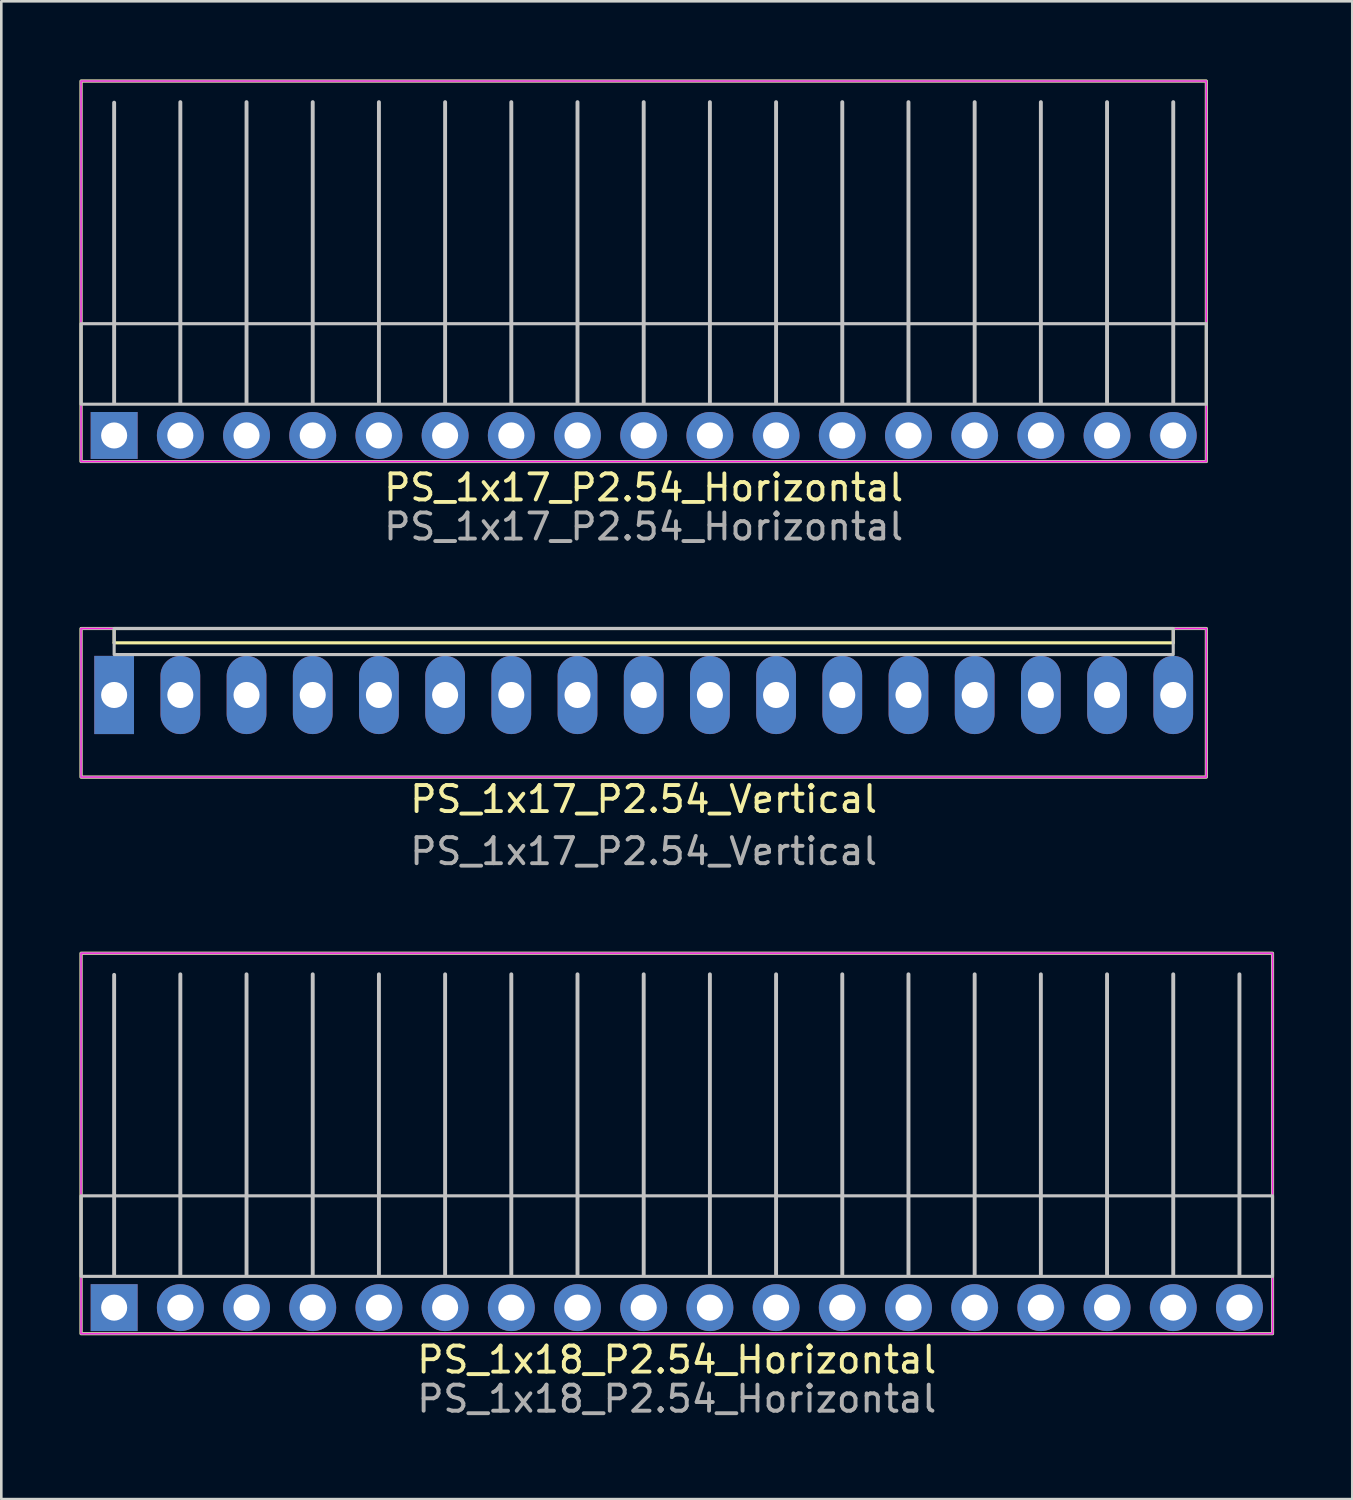
<source format=kicad_pcb>
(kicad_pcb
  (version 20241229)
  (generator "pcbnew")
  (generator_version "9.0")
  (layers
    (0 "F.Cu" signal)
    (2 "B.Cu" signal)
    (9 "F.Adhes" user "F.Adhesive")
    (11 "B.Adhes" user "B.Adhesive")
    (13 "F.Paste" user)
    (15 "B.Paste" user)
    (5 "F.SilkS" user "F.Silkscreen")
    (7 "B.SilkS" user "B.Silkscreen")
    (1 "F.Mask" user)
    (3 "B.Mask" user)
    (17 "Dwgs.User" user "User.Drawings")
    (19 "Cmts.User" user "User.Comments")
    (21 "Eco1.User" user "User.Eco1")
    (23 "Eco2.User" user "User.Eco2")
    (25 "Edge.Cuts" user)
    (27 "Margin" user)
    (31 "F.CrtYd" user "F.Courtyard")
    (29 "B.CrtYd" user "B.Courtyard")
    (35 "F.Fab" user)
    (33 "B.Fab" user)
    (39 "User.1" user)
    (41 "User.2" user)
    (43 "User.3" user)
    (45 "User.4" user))
  (footprint "PS_1x17_P2.54_Horizontal"
    (layer "F.Cu")
    (at 1.33 13.66)
    (property "Reference" "PS_1x17_P2.54_Horizontal" (at 20.32 2 0) (layer "F.SilkS") (effects (font (size 1 1) (thickness 0.15))))
    (attr through_hole)
    (fp_rect (start -1.27 -13.6) (end 41.91 1) (stroke (width 0.12) (type default)) (fill no) (layer "F.SilkS"))
    (fp_line (start 0 -1.27) (end 0 -12.77) (stroke (width 0.15) (type solid)) (layer "Dwgs.User"))
    (fp_line (start 2.54 -1.27) (end 2.54 -12.79) (stroke (width 0.15) (type solid)) (layer "Dwgs.User"))
    (fp_line (start 5.08 -1.27) (end 5.08 -12.79) (stroke (width 0.15) (type solid)) (layer "Dwgs.User"))
    (fp_line (start 7.62 -1.27) (end 7.62 -12.79) (stroke (width 0.15) (type solid)) (layer "Dwgs.User"))
    (fp_line (start 10.16 -1.27) (end 10.16 -12.79) (stroke (width 0.15) (type solid)) (layer "Dwgs.User"))
    (fp_line (start 12.7 -1.27) (end 12.7 -12.79) (stroke (width 0.15) (type solid)) (layer "Dwgs.User"))
    (fp_line (start 15.24 -1.27) (end 15.24 -12.79) (stroke (width 0.15) (type solid)) (layer "Dwgs.User"))
    (fp_line (start 17.78 -1.27) (end 17.78 -12.79) (stroke (width 0.15) (type solid)) (layer "Dwgs.User"))
    (fp_line (start 20.32 -1.27) (end 20.32 -12.79) (stroke (width 0.15) (type solid)) (layer "Dwgs.User"))
    (fp_line (start 22.86 -1.27) (end 22.86 -12.79) (stroke (width 0.15) (type solid)) (layer "Dwgs.User"))
    (fp_line (start 25.4 -1.27) (end 25.4 -12.79) (stroke (width 0.15) (type solid)) (layer "Dwgs.User"))
    (fp_line (start 27.94 -1.27) (end 27.94 -12.79) (stroke (width 0.15) (type solid)) (layer "Dwgs.User"))
    (fp_line (start 30.48 -1.27) (end 30.48 -12.79) (stroke (width 0.15) (type solid)) (layer "Dwgs.User"))
    (fp_line (start 33.02 -1.27) (end 33.02 -12.79) (stroke (width 0.15) (type solid)) (layer "Dwgs.User"))
    (fp_line (start 35.56 -1.27) (end 35.56 -12.79) (stroke (width 0.15) (type solid)) (layer "Dwgs.User"))
    (fp_line (start 38.1 -1.27) (end 38.1 -12.79) (stroke (width 0.15) (type solid)) (layer "Dwgs.User"))
    (fp_line (start 40.64 -1.27) (end 40.64 -12.79) (stroke (width 0.15) (type solid)) (layer "Dwgs.User"))
    (fp_rect (start -1.27 -4.29) (end 41.91 -1.2) (stroke (width 0.12) (type solid)) (fill no) (layer "Dwgs.User"))
    (fp_rect (start -1.27 -13.6) (end 41.91 1) (stroke (width 0.05) (type default)) (fill no) (layer "F.CrtYd"))
    (fp_rect (start -1.27 -13.6) (end 41.91 1) (stroke (width 0.1) (type default)) (fill no) (layer "F.Fab"))
    (fp_text user "${REFERENCE}" (at 20.32 3.5 0) (layer "F.Fab") (effects (font (size 1 1) (thickness 0.15))))
    (pad "1" thru_hole rect (at 0 0) (size 1.8 1.8) (drill 1) (layers "*.Cu" "*.Mask"))
    (pad "2" thru_hole circle (at 2.54 0) (size 1.8 1.8) (drill 1) (layers "*.Cu" "*.Mask"))
    (pad "3" thru_hole circle (at 5.08 0) (size 1.8 1.8) (drill 1) (layers "*.Cu" "*.Mask"))
    (pad "4" thru_hole circle (at 7.62 0) (size 1.8 1.8) (drill 1) (layers "*.Cu" "*.Mask"))
    (pad "5" thru_hole circle (at 10.16 0) (size 1.8 1.8) (drill 1) (layers "*.Cu" "*.Mask"))
    (pad "6" thru_hole circle (at 12.7 0) (size 1.8 1.8) (drill 1) (layers "*.Cu" "*.Mask"))
    (pad "7" thru_hole circle (at 15.24 0) (size 1.8 1.8) (drill 1) (layers "*.Cu" "*.Mask"))
    (pad "8" thru_hole circle (at 17.78 0) (size 1.8 1.8) (drill 1) (layers "*.Cu" "*.Mask"))
    (pad "9" thru_hole circle (at 20.32 0) (size 1.8 1.8) (drill 1) (layers "*.Cu" "*.Mask"))
    (pad "10" thru_hole circle (at 22.86 0) (size 1.8 1.8) (drill 1) (layers "*.Cu" "*.Mask"))
    (pad "11" thru_hole circle (at 25.4 0) (size 1.8 1.8) (drill 1) (layers "*.Cu" "*.Mask"))
    (pad "12" thru_hole circle (at 27.94 0) (size 1.8 1.8) (drill 1) (layers "*.Cu" "*.Mask"))
    (pad "13" thru_hole circle (at 30.48 0) (size 1.8 1.8) (drill 1) (layers "*.Cu" "*.Mask"))
    (pad "14" thru_hole circle (at 33.02 0) (size 1.8 1.8) (drill 1) (layers "*.Cu" "*.Mask"))
    (pad "15" thru_hole circle (at 35.56 0) (size 1.8 1.8) (drill 1) (layers "*.Cu" "*.Mask"))
    (pad "16" thru_hole circle (at 38.1 0) (size 1.8 1.8) (drill 1) (layers "*.Cu" "*.Mask"))
    (pad "17" thru_hole circle (at 40.64 0) (size 1.8 1.8) (drill 1) (layers "*.Cu" "*.Mask")))
  (footprint "PS_1x18_P2.54_Horizontal"
    (layer "F.Cu")
    (at 1.33 47.127)
    (property "Reference" "PS_1x18_P2.54_Horizontal" (at 21.59 2 0) (layer "F.SilkS") (effects (font (size 1 1) (thickness 0.15))))
    (attr through_hole)
    (fp_rect (start -1.27 -13.6) (end 44.45 1) (stroke (width 0.12) (type default)) (fill no) (layer "F.SilkS"))
    (fp_line (start 0 -1.27) (end 0 -12.77) (stroke (width 0.15) (type solid)) (layer "Dwgs.User"))
    (fp_line (start 2.54 -1.27) (end 2.54 -12.79) (stroke (width 0.15) (type solid)) (layer "Dwgs.User"))
    (fp_line (start 5.08 -1.27) (end 5.08 -12.79) (stroke (width 0.15) (type solid)) (layer "Dwgs.User"))
    (fp_line (start 7.62 -1.27) (end 7.62 -12.79) (stroke (width 0.15) (type solid)) (layer "Dwgs.User"))
    (fp_line (start 10.16 -1.27) (end 10.16 -12.79) (stroke (width 0.15) (type solid)) (layer "Dwgs.User"))
    (fp_line (start 12.7 -1.27) (end 12.7 -12.79) (stroke (width 0.15) (type solid)) (layer "Dwgs.User"))
    (fp_line (start 15.24 -1.27) (end 15.24 -12.79) (stroke (width 0.15) (type solid)) (layer "Dwgs.User"))
    (fp_line (start 17.78 -1.27) (end 17.78 -12.79) (stroke (width 0.15) (type solid)) (layer "Dwgs.User"))
    (fp_line (start 20.32 -1.27) (end 20.32 -12.79) (stroke (width 0.15) (type solid)) (layer "Dwgs.User"))
    (fp_line (start 22.86 -1.27) (end 22.86 -12.79) (stroke (width 0.15) (type solid)) (layer "Dwgs.User"))
    (fp_line (start 25.4 -1.27) (end 25.4 -12.79) (stroke (width 0.15) (type solid)) (layer "Dwgs.User"))
    (fp_line (start 27.94 -1.27) (end 27.94 -12.79) (stroke (width 0.15) (type solid)) (layer "Dwgs.User"))
    (fp_line (start 30.48 -1.27) (end 30.48 -12.79) (stroke (width 0.15) (type solid)) (layer "Dwgs.User"))
    (fp_line (start 33.02 -1.27) (end 33.02 -12.79) (stroke (width 0.15) (type solid)) (layer "Dwgs.User"))
    (fp_line (start 35.56 -1.27) (end 35.56 -12.79) (stroke (width 0.15) (type solid)) (layer "Dwgs.User"))
    (fp_line (start 38.1 -1.27) (end 38.1 -12.79) (stroke (width 0.15) (type solid)) (layer "Dwgs.User"))
    (fp_line (start 40.64 -1.27) (end 40.64 -12.79) (stroke (width 0.15) (type solid)) (layer "Dwgs.User"))
    (fp_line (start 43.18 -1.27) (end 43.18 -12.79) (stroke (width 0.15) (type solid)) (layer "Dwgs.User"))
    (fp_rect (start -1.27 -4.29) (end 44.45 -1.2) (stroke (width 0.12) (type solid)) (fill no) (layer "Dwgs.User"))
    (fp_rect (start -1.27 -13.6) (end 44.45 1) (stroke (width 0.05) (type default)) (fill no) (layer "F.CrtYd"))
    (fp_rect (start -1.27 -13.6) (end 44.45 1) (stroke (width 0.1) (type default)) (fill no) (layer "F.Fab"))
    (fp_text user "${REFERENCE}" (at 21.59 3.5 0) (layer "F.Fab") (effects (font (size 1 1) (thickness 0.15))))
    (pad "1" thru_hole rect (at 0 0) (size 1.8 1.8) (drill 1) (layers "*.Cu" "*.Mask"))
    (pad "2" thru_hole circle (at 2.54 0) (size 1.8 1.8) (drill 1) (layers "*.Cu" "*.Mask"))
    (pad "3" thru_hole circle (at 5.08 0) (size 1.8 1.8) (drill 1) (layers "*.Cu" "*.Mask"))
    (pad "4" thru_hole circle (at 7.62 0) (size 1.8 1.8) (drill 1) (layers "*.Cu" "*.Mask"))
    (pad "5" thru_hole circle (at 10.16 0) (size 1.8 1.8) (drill 1) (layers "*.Cu" "*.Mask"))
    (pad "6" thru_hole circle (at 12.7 0) (size 1.8 1.8) (drill 1) (layers "*.Cu" "*.Mask"))
    (pad "7" thru_hole circle (at 15.24 0) (size 1.8 1.8) (drill 1) (layers "*.Cu" "*.Mask"))
    (pad "8" thru_hole circle (at 17.78 0) (size 1.8 1.8) (drill 1) (layers "*.Cu" "*.Mask"))
    (pad "9" thru_hole circle (at 20.32 0) (size 1.8 1.8) (drill 1) (layers "*.Cu" "*.Mask"))
    (pad "10" thru_hole circle (at 22.86 0) (size 1.8 1.8) (drill 1) (layers "*.Cu" "*.Mask"))
    (pad "11" thru_hole circle (at 25.4 0) (size 1.8 1.8) (drill 1) (layers "*.Cu" "*.Mask"))
    (pad "12" thru_hole circle (at 27.94 0) (size 1.8 1.8) (drill 1) (layers "*.Cu" "*.Mask"))
    (pad "13" thru_hole circle (at 30.48 0) (size 1.8 1.8) (drill 1) (layers "*.Cu" "*.Mask"))
    (pad "14" thru_hole circle (at 33.02 0) (size 1.8 1.8) (drill 1) (layers "*.Cu" "*.Mask"))
    (pad "15" thru_hole circle (at 35.56 0) (size 1.8 1.8) (drill 1) (layers "*.Cu" "*.Mask"))
    (pad "16" thru_hole circle (at 38.1 0) (size 1.8 1.8) (drill 1) (layers "*.Cu" "*.Mask"))
    (pad "17" thru_hole circle (at 40.64 0) (size 1.8 1.8) (drill 1) (layers "*.Cu" "*.Mask"))
    (pad "18" thru_hole circle (at 43.18 0) (size 1.8 1.8) (drill 1) (layers "*.Cu" "*.Mask")))
  (footprint "PS_1x17_P2.54_Vertical"
    (layer "F.Cu")
    (at 1.33 23.618)
    (property "Reference" "PS_1x17_P2.54_Vertical" (at 20.32 4 0) (layer "F.SilkS") (effects (font (size 1 1) (thickness 0.15))))
    (attr through_hole)
    (fp_line (start 0 -2) (end 0 -2.55) (stroke (width 0.12) (type default)) (layer "F.SilkS"))
    (fp_line (start 0 -2) (end 40.64 -2) (stroke (width 0.12) (type default)) (layer "F.SilkS"))
    (fp_line (start 40.64 -2) (end 40.64 -2.55) (stroke (width 0.12) (type default)) (layer "F.SilkS"))
    (fp_rect (start -1.27 -2.55) (end 41.91 3.15) (stroke (width 0.12) (type default)) (fill no) (layer "F.SilkS"))
    (fp_rect (start 0 -2.55) (end 40.64 -1.55) (stroke (width 0.12) (type solid)) (fill no) (layer "Dwgs.User"))
    (fp_rect (start -1.27 -2.55) (end 41.91 3.15) (stroke (width 0.05) (type default)) (fill no) (layer "F.CrtYd"))
    (fp_rect (start -1.27 -2.55) (end 41.91 3.15) (stroke (width 0.1) (type default)) (fill no) (layer "F.Fab"))
    (fp_text user "${REFERENCE}" (at 20.32 6 0) (layer "F.Fab") (effects (font (size 1 1) (thickness 0.15))))
    (pad "1" thru_hole rect (at 0 0) (size 1.524 3) (drill 1) (layers "*.Cu" "*.Mask"))
    (pad "2" thru_hole oval (at 2.54 0) (size 1.524 3) (drill 1) (layers "*.Cu" "*.Mask"))
    (pad "3" thru_hole oval (at 5.08 0) (size 1.524 3) (drill 1) (layers "*.Cu" "*.Mask"))
    (pad "4" thru_hole oval (at 7.62 0) (size 1.524 3) (drill 1) (layers "*.Cu" "*.Mask"))
    (pad "5" thru_hole oval (at 10.16 0) (size 1.524 3) (drill 1) (layers "*.Cu" "*.Mask"))
    (pad "6" thru_hole oval (at 12.7 0) (size 1.524 3) (drill 1) (layers "*.Cu" "*.Mask"))
    (pad "7" thru_hole oval (at 15.24 0) (size 1.524 3) (drill 1) (layers "*.Cu" "*.Mask"))
    (pad "8" thru_hole oval (at 17.78 0) (size 1.524 3) (drill 1) (layers "*.Cu" "*.Mask"))
    (pad "9" thru_hole oval (at 20.32 0) (size 1.524 3) (drill 1) (layers "*.Cu" "*.Mask"))
    (pad "10" thru_hole oval (at 22.86 0) (size 1.524 3) (drill 1) (layers "*.Cu" "*.Mask"))
    (pad "11" thru_hole oval (at 25.4 0) (size 1.524 3) (drill 1) (layers "*.Cu" "*.Mask"))
    (pad "12" thru_hole oval (at 27.94 0) (size 1.524 3) (drill 1) (layers "*.Cu" "*.Mask"))
    (pad "13" thru_hole oval (at 30.48 0) (size 1.524 3) (drill 1) (layers "*.Cu" "*.Mask"))
    (pad "14" thru_hole oval (at 33.02 0) (size 1.524 3) (drill 1) (layers "*.Cu" "*.Mask"))
    (pad "15" thru_hole oval (at 35.56 0) (size 1.524 3) (drill 1) (layers "*.Cu" "*.Mask"))
    (pad "16" thru_hole oval (at 38.1 0) (size 1.524 3) (drill 1) (layers "*.Cu" "*.Mask"))
    (pad "17" thru_hole oval (at 40.64 0) (size 1.524 3) (drill 1) (layers "*.Cu" "*.Mask")))
  (gr_rect
    (start -3 -3)
    (end 48.84 54.475)
    (stroke (width 0.1) (type default))
    (fill no)
    (layer "Edge.Cuts")))
</source>
